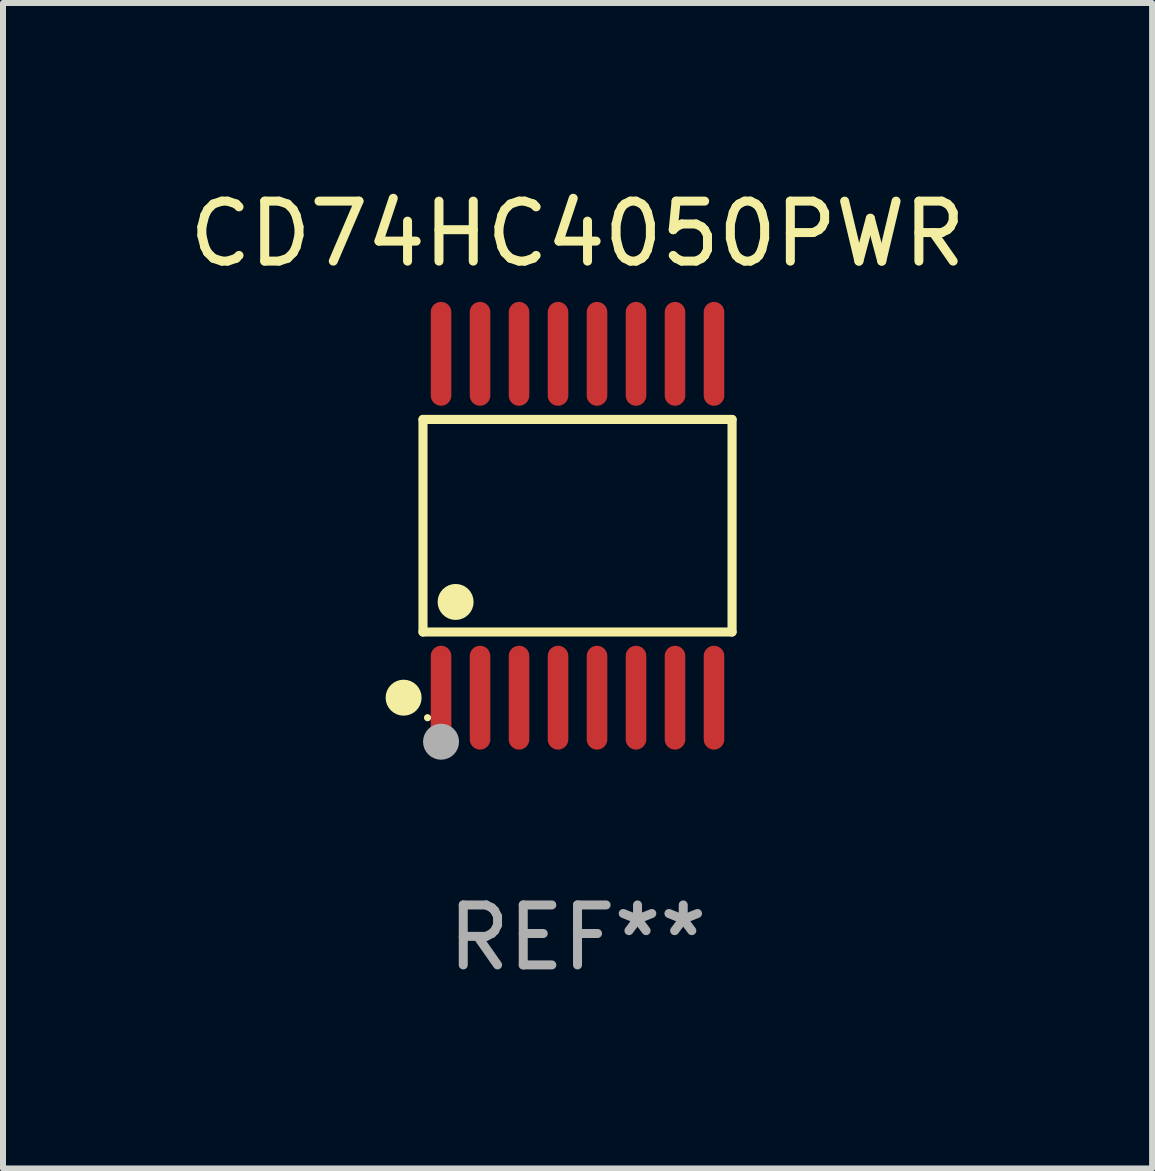
<source format=kicad_pcb>
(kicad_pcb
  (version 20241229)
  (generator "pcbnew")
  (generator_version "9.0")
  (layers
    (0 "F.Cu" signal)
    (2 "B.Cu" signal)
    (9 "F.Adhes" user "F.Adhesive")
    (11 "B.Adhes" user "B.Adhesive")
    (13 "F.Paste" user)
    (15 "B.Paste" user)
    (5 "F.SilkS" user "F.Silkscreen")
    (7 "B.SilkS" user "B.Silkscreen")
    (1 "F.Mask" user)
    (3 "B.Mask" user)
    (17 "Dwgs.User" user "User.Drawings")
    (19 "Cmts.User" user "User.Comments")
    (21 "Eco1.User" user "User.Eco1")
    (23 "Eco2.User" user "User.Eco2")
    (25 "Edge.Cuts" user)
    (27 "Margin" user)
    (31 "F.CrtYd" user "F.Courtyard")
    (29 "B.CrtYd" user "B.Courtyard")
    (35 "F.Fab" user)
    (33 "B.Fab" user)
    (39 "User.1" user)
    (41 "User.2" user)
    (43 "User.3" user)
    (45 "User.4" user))
  (footprint "CD74HC4050PWR"
    (layer "F.Cu")
    (at 6.577 5.714)
    (property "Reference" "CD74HC4050PWR" (at 0 -4.866 0) (layer "F.SilkS") (effects (font (size 1 1) (thickness 0.15))))
    (attr through_hole)
    (fp_line (start -2.576 -1.772) (end 2.576 -1.772) (stroke (width 0.152) (type solid)) (layer "F.SilkS"))
    (fp_line (start -2.576 1.771) (end -2.576 -1.772) (stroke (width 0.152) (type solid)) (layer "F.SilkS"))
    (fp_line (start 2.576 -1.772) (end 2.576 1.771) (stroke (width 0.152) (type solid)) (layer "F.SilkS"))
    (fp_line (start 2.576 1.771) (end -2.576 1.771) (stroke (width 0.152) (type solid)) (layer "F.SilkS"))
    (fp_circle (center -2.899 2.866) (end -2.749 2.866) (stroke (width 0.3) (type solid)) (fill no) (layer "F.SilkS"))
    (fp_circle (center -2.5 3.2) (end -2.47 3.2) (stroke (width 0.06) (type solid)) (fill no) (layer "F.SilkS"))
    (fp_circle (center -2.032 1.27) (end -1.882 1.27) (stroke (width 0.3) (type solid)) (fill no) (layer "F.SilkS"))
    (fp_circle (center -2.275 3.6) (end -2.125 3.6) (stroke (width 0.3) (type solid)) (fill no) (layer "F.Fab"))
    (fp_text user "REF**" (at 0 6.866 0) (layer "F.Fab") (effects (font (size 1 1) (thickness 0.15))))
    (pad "1" smd oval (at -2.275 2.866) (size 0.343 1.731) (layers "F.Cu" "F.Mask" "F.Paste"))
    (pad "2" smd oval (at -1.625 2.866) (size 0.343 1.731) (layers "F.Cu" "F.Mask" "F.Paste"))
    (pad "3" smd oval (at -0.975 2.866) (size 0.343 1.731) (layers "F.Cu" "F.Mask" "F.Paste"))
    (pad "4" smd oval (at -0.325 2.866) (size 0.343 1.731) (layers "F.Cu" "F.Mask" "F.Paste"))
    (pad "5" smd oval (at 0.325 2.866) (size 0.343 1.731) (layers "F.Cu" "F.Mask" "F.Paste"))
    (pad "6" smd oval (at 0.975 2.866) (size 0.343 1.731) (layers "F.Cu" "F.Mask" "F.Paste"))
    (pad "7" smd oval (at 1.625 2.866) (size 0.343 1.731) (layers "F.Cu" "F.Mask" "F.Paste"))
    (pad "8" smd oval (at 2.275 2.866) (size 0.343 1.731) (layers "F.Cu" "F.Mask" "F.Paste"))
    (pad "9" smd oval (at 2.275 -2.866) (size 0.343 1.731) (layers "F.Cu" "F.Mask" "F.Paste"))
    (pad "10" smd oval (at 1.625 -2.866) (size 0.343 1.731) (layers "F.Cu" "F.Mask" "F.Paste"))
    (pad "11" smd oval (at 0.975 -2.866) (size 0.343 1.731) (layers "F.Cu" "F.Mask" "F.Paste"))
    (pad "12" smd oval (at 0.325 -2.866) (size 0.343 1.731) (layers "F.Cu" "F.Mask" "F.Paste"))
    (pad "13" smd oval (at -0.325 -2.866) (size 0.343 1.731) (layers "F.Cu" "F.Mask" "F.Paste"))
    (pad "14" smd oval (at -0.975 -2.866) (size 0.343 1.731) (layers "F.Cu" "F.Mask" "F.Paste"))
    (pad "15" smd oval (at -1.625 -2.866) (size 0.343 1.731) (layers "F.Cu" "F.Mask" "F.Paste"))
    (pad "16" smd oval (at -2.275 -2.866) (size 0.343 1.731) (layers "F.Cu" "F.Mask" "F.Paste")))
  (gr_rect
    (start -3 -3)
    (end 16.155 16.428)
    (stroke (width 0.1) (type default))
    (fill no)
    (layer "Edge.Cuts")))
</source>
